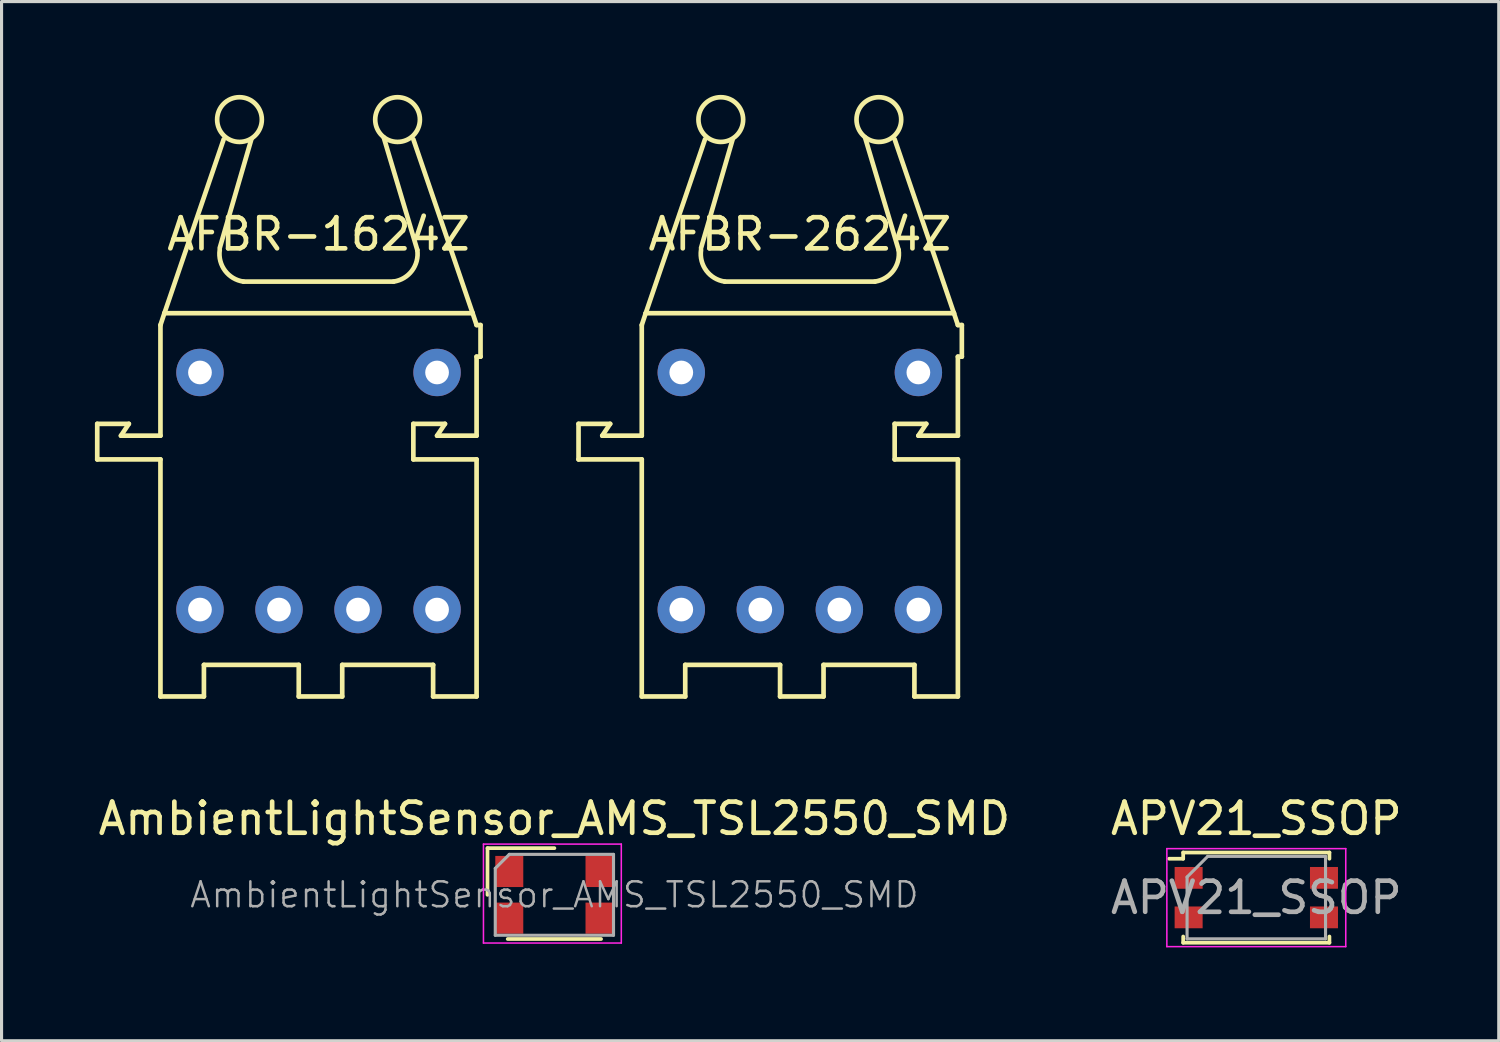
<source format=kicad_pcb>
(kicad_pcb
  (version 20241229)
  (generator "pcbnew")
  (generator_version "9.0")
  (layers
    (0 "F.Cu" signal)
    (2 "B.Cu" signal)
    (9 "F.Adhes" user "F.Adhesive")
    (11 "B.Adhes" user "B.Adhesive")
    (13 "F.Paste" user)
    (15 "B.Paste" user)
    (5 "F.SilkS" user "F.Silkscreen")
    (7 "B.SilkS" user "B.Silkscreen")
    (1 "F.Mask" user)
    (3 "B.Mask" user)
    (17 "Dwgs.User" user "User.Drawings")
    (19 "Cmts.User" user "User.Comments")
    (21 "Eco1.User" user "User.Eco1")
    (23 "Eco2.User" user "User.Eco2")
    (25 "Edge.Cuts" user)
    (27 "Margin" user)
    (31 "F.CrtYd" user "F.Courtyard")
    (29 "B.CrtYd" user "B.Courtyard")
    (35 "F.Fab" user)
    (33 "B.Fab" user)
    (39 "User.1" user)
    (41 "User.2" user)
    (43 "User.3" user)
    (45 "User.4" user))
  (footprint "APV21_SSOP"
    (layer "F.Cu")
    (at 37.327 25.799)
    (property "Reference" "APV21_SSOP" (at 0 -2.54 0) (layer "F.SilkS") (effects (font (size 1 1) (thickness 0.15))))
    (attr smd)
    (fp_line (start -2.35 -1.45) (end -2.35 -1.25) (stroke (width 0.12) (type solid)) (layer "F.SilkS"))
    (fp_line (start -2.35 -1.25) (end -2.8 -1.25) (stroke (width 0.12) (type solid)) (layer "F.SilkS"))
    (fp_line (start -2.35 1.25) (end -2.35 1.45) (stroke (width 0.12) (type solid)) (layer "F.SilkS"))
    (fp_line (start -2.35 1.45) (end 2.35 1.45) (stroke (width 0.12) (type solid)) (layer "F.SilkS"))
    (fp_line (start 2.35 -1.45) (end -2.35 -1.45) (stroke (width 0.12) (type solid)) (layer "F.SilkS"))
    (fp_line (start 2.35 -1.25) (end 2.35 -1.45) (stroke (width 0.12) (type solid)) (layer "F.SilkS"))
    (fp_line (start 2.35 1.45) (end 2.35 1.25) (stroke (width 0.12) (type solid)) (layer "F.SilkS"))
    (fp_line (start -2.875 -1.575) (end -2.875 1.575) (stroke (width 0.05) (type solid)) (layer "F.CrtYd"))
    (fp_line (start -2.875 -1.575) (end 2.875 -1.575) (stroke (width 0.05) (type solid)) (layer "F.CrtYd"))
    (fp_line (start -2.875 1.575) (end 2.875 1.575) (stroke (width 0.05) (type solid)) (layer "F.CrtYd"))
    (fp_line (start 2.875 -1.575) (end 2.875 1.575) (stroke (width 0.05) (type solid)) (layer "F.CrtYd"))
    (fp_line (start -2.225 -0.662) (end -2.225 1.325) (stroke (width 0.1) (type solid)) (layer "F.Fab"))
    (fp_line (start -2.225 -0.662) (end -1.562 -1.325) (stroke (width 0.1) (type solid)) (layer "F.Fab"))
    (fp_line (start -2.225 1.325) (end 2.225 1.325) (stroke (width 0.1) (type solid)) (layer "F.Fab"))
    (fp_line (start -1.562 -1.325) (end 2.225 -1.325) (stroke (width 0.1) (type solid)) (layer "F.Fab"))
    (fp_line (start 2.225 -1.325) (end 2.225 1.325) (stroke (width 0.1) (type solid)) (layer "F.Fab"))
    (fp_text user "${REFERENCE}" (at 0 0 0) (layer "F.Fab") (effects (font (size 1 1) (thickness 0.15))))
    (pad "1" smd rect (at -2.175 -0.635) (size 0.9 0.7) (layers "F.Cu" "F.Mask" "F.Paste"))
    (pad "2" smd rect (at -2.175 0.635) (size 0.9 0.7) (layers "F.Cu" "F.Mask" "F.Paste"))
    (pad "3" smd rect (at 2.175 0.635) (size 0.9 0.7) (layers "F.Cu" "F.Mask" "F.Paste"))
    (pad "4" smd rect (at 2.175 -0.635) (size 0.9 0.7) (layers "F.Cu" "F.Mask" "F.Paste")))
  (footprint "AFBR-2624Z"
    (layer "F.Cu")
    (at 18.846 16.541)
    (property "Reference" "AFBR-2624Z" (at 3.81 -12.065 0) (layer "F.SilkS") (effects (font (size 1 1) (thickness 0.15))))
    (attr through_hole)
    (fp_line (start -3.302 -5.969) (end -3.302 -4.826) (stroke (width 0.15) (type solid)) (layer "F.SilkS"))
    (fp_line (start -3.302 -4.826) (end -1.27 -4.826) (stroke (width 0.15) (type solid)) (layer "F.SilkS"))
    (fp_line (start -2.54 -5.588) (end -2.286 -5.969) (stroke (width 0.15) (type solid)) (layer "F.SilkS"))
    (fp_line (start -2.286 -5.969) (end -3.302 -5.969) (stroke (width 0.15) (type solid)) (layer "F.SilkS"))
    (fp_line (start -1.27 -9.144) (end -1.27 -5.588) (stroke (width 0.15) (type solid)) (layer "F.SilkS"))
    (fp_line (start -1.27 -5.588) (end -2.54 -5.588) (stroke (width 0.15) (type solid)) (layer "F.SilkS"))
    (fp_line (start -1.27 -4.826) (end -1.27 2.794) (stroke (width 0.15) (type solid)) (layer "F.SilkS"))
    (fp_line (start -1.27 2.794) (end 0.127 2.794) (stroke (width 0.15) (type solid)) (layer "F.SilkS"))
    (fp_line (start -1.143 -9.525) (end -1.27 -9.144) (stroke (width 0.15) (type solid)) (layer "F.SilkS"))
    (fp_line (start -1.143 -9.525) (end 0.762 -15.113) (stroke (width 0.15) (type solid)) (layer "F.SilkS"))
    (fp_line (start 0.127 1.778) (end 3.175 1.778) (stroke (width 0.15) (type solid)) (layer "F.SilkS"))
    (fp_line (start 0.127 2.794) (end 0.127 1.778) (stroke (width 0.15) (type solid)) (layer "F.SilkS"))
    (fp_line (start 0.635 -11.62) (end 1.651 -15.113) (stroke (width 0.15) (type solid)) (layer "F.SilkS"))
    (fp_line (start 3.175 1.778) (end 3.175 2.794) (stroke (width 0.15) (type solid)) (layer "F.SilkS"))
    (fp_line (start 3.175 2.794) (end 4.572 2.794) (stroke (width 0.15) (type solid)) (layer "F.SilkS"))
    (fp_line (start 4.572 1.778) (end 7.493 1.778) (stroke (width 0.15) (type solid)) (layer "F.SilkS"))
    (fp_line (start 4.572 2.794) (end 4.572 1.778) (stroke (width 0.15) (type solid)) (layer "F.SilkS"))
    (fp_line (start 6.223 -10.541) (end 1.397 -10.541) (stroke (width 0.15) (type solid)) (layer "F.SilkS"))
    (fp_line (start 6.858 -15.113) (end 8.763 -9.525) (stroke (width 0.15) (type solid)) (layer "F.SilkS"))
    (fp_line (start 6.858 -5.969) (end 7.874 -5.969) (stroke (width 0.15) (type solid)) (layer "F.SilkS"))
    (fp_line (start 6.858 -4.826) (end 6.858 -5.969) (stroke (width 0.15) (type solid)) (layer "F.SilkS"))
    (fp_line (start 6.985 -11.557) (end 5.905 -15.177) (stroke (width 0.15) (type solid)) (layer "F.SilkS"))
    (fp_line (start 7.493 1.778) (end 7.493 2.794) (stroke (width 0.15) (type solid)) (layer "F.SilkS"))
    (fp_line (start 7.493 2.794) (end 8.89 2.794) (stroke (width 0.15) (type solid)) (layer "F.SilkS"))
    (fp_line (start 7.62 -5.588) (end 8.89 -5.588) (stroke (width 0.15) (type solid)) (layer "F.SilkS"))
    (fp_line (start 7.874 -5.969) (end 7.62 -5.588) (stroke (width 0.15) (type solid)) (layer "F.SilkS"))
    (fp_line (start 8.763 -9.525) (end -1.143 -9.525) (stroke (width 0.15) (type solid)) (layer "F.SilkS"))
    (fp_line (start 8.89 -9.144) (end 8.763 -9.525) (stroke (width 0.15) (type solid)) (layer "F.SilkS"))
    (fp_line (start 8.89 -8.128) (end 9.017 -8.128) (stroke (width 0.15) (type solid)) (layer "F.SilkS"))
    (fp_line (start 8.89 -5.588) (end 8.89 -8.128) (stroke (width 0.15) (type solid)) (layer "F.SilkS"))
    (fp_line (start 8.89 -4.826) (end 6.858 -4.826) (stroke (width 0.15) (type solid)) (layer "F.SilkS"))
    (fp_line (start 8.89 2.794) (end 8.89 -4.826) (stroke (width 0.15) (type solid)) (layer "F.SilkS"))
    (fp_line (start 9.017 -9.144) (end 8.89 -9.144) (stroke (width 0.15) (type solid)) (layer "F.SilkS"))
    (fp_line (start 9.017 -8.128) (end 9.017 -9.144) (stroke (width 0.15) (type solid)) (layer "F.SilkS"))
    (fp_arc (start 1.397 -10.541) (mid 0.80558 -10.891185) (end 0.635 -11.557) (stroke (width 0.15) (type solid)) (layer "F.SilkS"))
    (fp_arc (start 6.985 -11.557) (mid 6.81442 -10.891185) (end 6.223 -10.541) (stroke (width 0.15) (type solid)) (layer "F.SilkS"))
    (fp_circle (center 1.27 -15.748) (end 0.762 -15.24) (stroke (width 0.15) (type solid)) (fill no) (layer "F.SilkS"))
    (fp_circle (center 6.35 -15.748) (end 6.858 -15.24) (stroke (width 0.15) (type solid)) (fill no) (layer "F.SilkS"))
    (pad "1" thru_hole circle (at 0 0) (size 1.524 1.524) (drill 0.762) (layers "*.Cu" "*.Mask"))
    (pad "2" thru_hole circle (at 2.54 0) (size 1.524 1.524) (drill 0.762) (layers "*.Cu" "*.Mask"))
    (pad "3" thru_hole circle (at 5.08 0) (size 1.524 1.524) (drill 0.762) (layers "*.Cu" "*.Mask"))
    (pad "4" thru_hole circle (at 7.62 0) (size 1.524 1.524) (drill 0.762) (layers "*.Cu" "*.Mask"))
    (pad "5" thru_hole circle (at 7.62 -7.62) (size 1.524 1.524) (drill 0.762) (layers "*.Cu" "*.Mask"))
    (pad "8" thru_hole circle (at 0 -7.62) (size 1.524 1.524) (drill 0.762) (layers "*.Cu" "*.Mask")))
  (footprint "AFBR-1624Z"
    (layer "F.Cu")
    (at 3.377 16.541)
    (property "Reference" "AFBR-1624Z" (at 3.81 -12.065 0) (layer "F.SilkS") (effects (font (size 1 1) (thickness 0.15))))
    (attr through_hole)
    (fp_line (start -3.302 -5.969) (end -3.302 -4.826) (stroke (width 0.15) (type solid)) (layer "F.SilkS"))
    (fp_line (start -3.302 -4.826) (end -1.27 -4.826) (stroke (width 0.15) (type solid)) (layer "F.SilkS"))
    (fp_line (start -2.54 -5.588) (end -2.286 -5.969) (stroke (width 0.15) (type solid)) (layer "F.SilkS"))
    (fp_line (start -2.286 -5.969) (end -3.302 -5.969) (stroke (width 0.15) (type solid)) (layer "F.SilkS"))
    (fp_line (start -1.27 -9.144) (end -1.27 -5.588) (stroke (width 0.15) (type solid)) (layer "F.SilkS"))
    (fp_line (start -1.27 -5.588) (end -2.54 -5.588) (stroke (width 0.15) (type solid)) (layer "F.SilkS"))
    (fp_line (start -1.27 -4.826) (end -1.27 2.794) (stroke (width 0.15) (type solid)) (layer "F.SilkS"))
    (fp_line (start -1.27 2.794) (end 0.127 2.794) (stroke (width 0.15) (type solid)) (layer "F.SilkS"))
    (fp_line (start -1.143 -9.525) (end -1.27 -9.144) (stroke (width 0.15) (type solid)) (layer "F.SilkS"))
    (fp_line (start -1.143 -9.525) (end 0.762 -15.113) (stroke (width 0.15) (type solid)) (layer "F.SilkS"))
    (fp_line (start 0.127 1.778) (end 3.175 1.778) (stroke (width 0.15) (type solid)) (layer "F.SilkS"))
    (fp_line (start 0.127 2.794) (end 0.127 1.778) (stroke (width 0.15) (type solid)) (layer "F.SilkS"))
    (fp_line (start 0.635 -11.62) (end 1.651 -15.113) (stroke (width 0.15) (type solid)) (layer "F.SilkS"))
    (fp_line (start 3.175 1.778) (end 3.175 2.794) (stroke (width 0.15) (type solid)) (layer "F.SilkS"))
    (fp_line (start 3.175 2.794) (end 4.572 2.794) (stroke (width 0.15) (type solid)) (layer "F.SilkS"))
    (fp_line (start 4.572 1.778) (end 7.493 1.778) (stroke (width 0.15) (type solid)) (layer "F.SilkS"))
    (fp_line (start 4.572 2.794) (end 4.572 1.778) (stroke (width 0.15) (type solid)) (layer "F.SilkS"))
    (fp_line (start 6.223 -10.541) (end 1.397 -10.541) (stroke (width 0.15) (type solid)) (layer "F.SilkS"))
    (fp_line (start 6.858 -15.113) (end 8.763 -9.525) (stroke (width 0.15) (type solid)) (layer "F.SilkS"))
    (fp_line (start 6.858 -5.969) (end 7.874 -5.969) (stroke (width 0.15) (type solid)) (layer "F.SilkS"))
    (fp_line (start 6.858 -4.826) (end 6.858 -5.969) (stroke (width 0.15) (type solid)) (layer "F.SilkS"))
    (fp_line (start 6.985 -11.557) (end 5.905 -15.177) (stroke (width 0.15) (type solid)) (layer "F.SilkS"))
    (fp_line (start 7.493 1.778) (end 7.493 2.794) (stroke (width 0.15) (type solid)) (layer "F.SilkS"))
    (fp_line (start 7.493 2.794) (end 8.89 2.794) (stroke (width 0.15) (type solid)) (layer "F.SilkS"))
    (fp_line (start 7.62 -5.588) (end 8.89 -5.588) (stroke (width 0.15) (type solid)) (layer "F.SilkS"))
    (fp_line (start 7.874 -5.969) (end 7.62 -5.588) (stroke (width 0.15) (type solid)) (layer "F.SilkS"))
    (fp_line (start 8.763 -9.525) (end -1.143 -9.525) (stroke (width 0.15) (type solid)) (layer "F.SilkS"))
    (fp_line (start 8.89 -9.144) (end 8.763 -9.525) (stroke (width 0.15) (type solid)) (layer "F.SilkS"))
    (fp_line (start 8.89 -8.128) (end 9.017 -8.128) (stroke (width 0.15) (type solid)) (layer "F.SilkS"))
    (fp_line (start 8.89 -5.588) (end 8.89 -8.128) (stroke (width 0.15) (type solid)) (layer "F.SilkS"))
    (fp_line (start 8.89 -4.826) (end 6.858 -4.826) (stroke (width 0.15) (type solid)) (layer "F.SilkS"))
    (fp_line (start 8.89 2.794) (end 8.89 -4.826) (stroke (width 0.15) (type solid)) (layer "F.SilkS"))
    (fp_line (start 9.017 -9.144) (end 8.89 -9.144) (stroke (width 0.15) (type solid)) (layer "F.SilkS"))
    (fp_line (start 9.017 -8.128) (end 9.017 -9.144) (stroke (width 0.15) (type solid)) (layer "F.SilkS"))
    (fp_arc (start 1.397 -10.541) (mid 0.80558 -10.891185) (end 0.635 -11.557) (stroke (width 0.15) (type solid)) (layer "F.SilkS"))
    (fp_arc (start 6.985 -11.557) (mid 6.81442 -10.891185) (end 6.223 -10.541) (stroke (width 0.15) (type solid)) (layer "F.SilkS"))
    (fp_circle (center 1.27 -15.748) (end 0.762 -15.24) (stroke (width 0.15) (type solid)) (fill no) (layer "F.SilkS"))
    (fp_circle (center 6.35 -15.748) (end 6.858 -15.24) (stroke (width 0.15) (type solid)) (fill no) (layer "F.SilkS"))
    (pad "1" thru_hole circle (at 0 0) (size 1.524 1.524) (drill 0.762) (layers "*.Cu" "*.Mask"))
    (pad "2" thru_hole circle (at 2.54 0) (size 1.524 1.524) (drill 0.762) (layers "*.Cu" "*.Mask"))
    (pad "3" thru_hole circle (at 5.08 0) (size 1.524 1.524) (drill 0.762) (layers "*.Cu" "*.Mask"))
    (pad "4" thru_hole circle (at 7.62 0) (size 1.524 1.524) (drill 0.762) (layers "*.Cu" "*.Mask"))
    (pad "5" thru_hole circle (at 7.62 -7.62) (size 1.524 1.524) (drill 0.762) (layers "*.Cu" "*.Mask"))
    (pad "8" thru_hole circle (at 0 -7.62) (size 1.524 1.524) (drill 0.762) (layers "*.Cu" "*.Mask")))
  (footprint "AmbientLightSensor_AMS_TSL2550_SMD"
    (layer "F.Cu")
    (at 14.768 25.709)
    (property "Reference" "AmbientLightSensor_AMS_TSL2550_SMD" (at 0 -2.45 0) (layer "F.SilkS") (effects (font (size 1 1) (thickness 0.15))))
    (attr smd)
    (fp_line (start -2.15 -1.5) (end 0 -1.5) (stroke (width 0.12) (type solid)) (layer "F.SilkS"))
    (fp_line (start -2.15 0) (end -2.15 -1.5) (stroke (width 0.12) (type solid)) (layer "F.SilkS"))
    (fp_line (start -1.5 1.42) (end 1.5 1.42) (stroke (width 0.12) (type solid)) (layer "F.SilkS"))
    (fp_line (start -2.28 -1.63) (end -2.28 1.55) (stroke (width 0.05) (type solid)) (layer "F.CrtYd"))
    (fp_line (start -2.28 -1.63) (end 2.15 -1.63) (stroke (width 0.05) (type solid)) (layer "F.CrtYd"))
    (fp_line (start 2.15 1.55) (end -2.28 1.55) (stroke (width 0.05) (type solid)) (layer "F.CrtYd"))
    (fp_line (start 2.15 1.55) (end 2.15 -1.63) (stroke (width 0.05) (type solid)) (layer "F.CrtYd"))
    (fp_line (start -1.9 -0.85) (end -1.9 1.3) (stroke (width 0.1) (type solid)) (layer "F.Fab"))
    (fp_line (start -1.9 1.3) (end 1.9 1.3) (stroke (width 0.1) (type solid)) (layer "F.Fab"))
    (fp_line (start -1.45 -1.3) (end -1.9 -0.85) (stroke (width 0.1) (type solid)) (layer "F.Fab"))
    (fp_line (start 1.9 -1.3) (end -1.45 -1.3) (stroke (width 0.1) (type solid)) (layer "F.Fab"))
    (fp_line (start 1.9 1.3) (end 1.9 -1.3) (stroke (width 0.1) (type solid)) (layer "F.Fab"))
    (fp_text user "${REFERENCE}" (at 0 0 0) (layer "F.Fab") (effects (font (size 0.8 0.8) (thickness 0.08))))
    (pad "1" smd rect (at -1.45 -0.75) (size 0.9 1) (layers "F.Cu" "F.Mask" "F.Paste"))
    (pad "2" smd rect (at -1.45 0.75) (size 0.9 1) (layers "F.Cu" "F.Mask" "F.Paste"))
    (pad "3" smd rect (at 1.45 0.75) (size 0.9 1) (layers "F.Cu" "F.Mask" "F.Paste"))
    (pad "4" smd rect (at 1.45 -0.75) (size 0.9 1) (layers "F.Cu" "F.Mask" "F.Paste")))
  (gr_rect
    (start -3 -3)
    (end 45.119 30.399)
    (stroke (width 0.1) (type default))
    (fill no)
    (layer "Edge.Cuts")))
</source>
